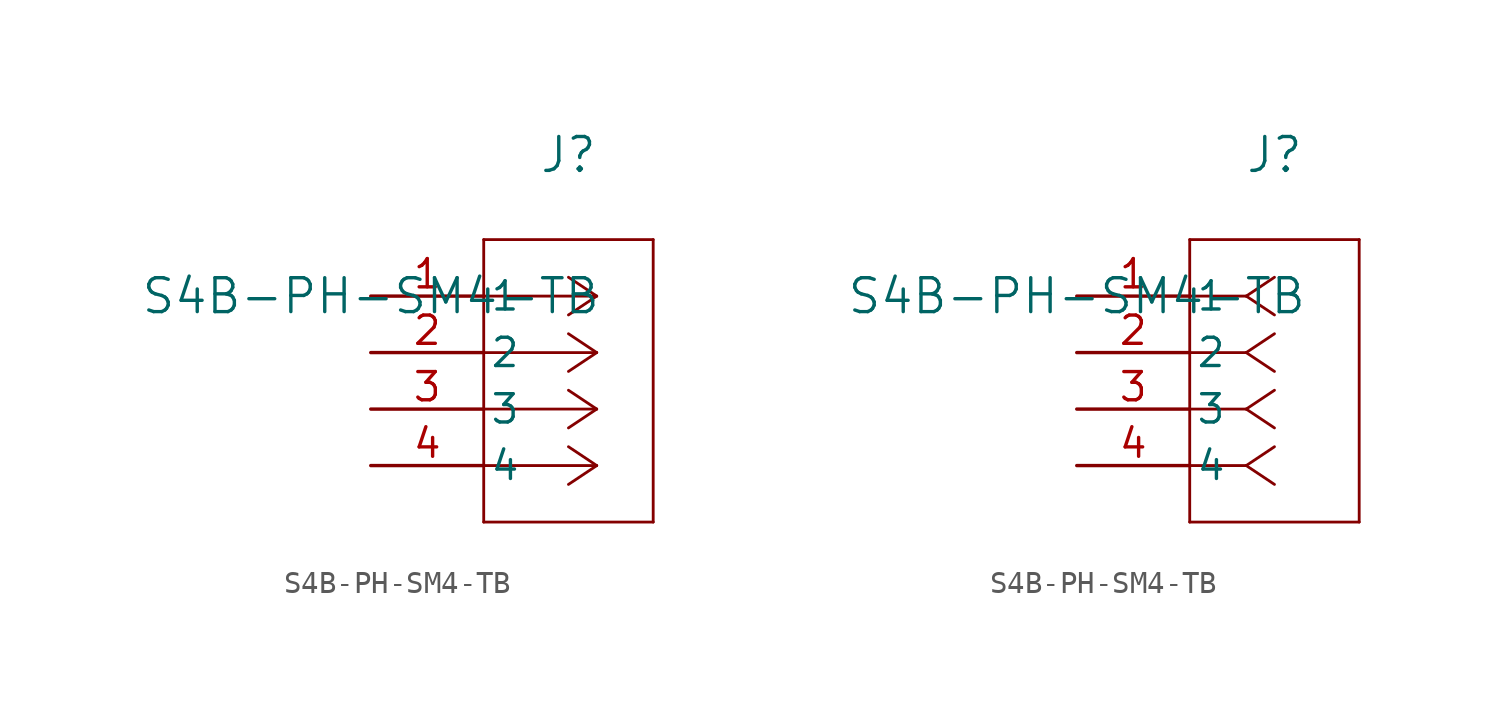
<source format=kicad_sym>
(kicad_symbol_lib
  (version 20211014)
  (generator kicad_symbol_editor)
  (symbol "S4B-PH-SM4-TB"
    (pin_names
      (offset 0.254))
    (property "Reference" "J"
      (at 8.89 6.35 0)
      (effects (font (size 1.524 1.524))))
    (property "Value" "S4B-PH-SM4-TB"
      (at 0 0 0)
      (effects (font (size 1.524 1.524))))
    (symbol "S4B-PH-SM4-TB_1_1"
      (polyline (pts (xy 10.16 0) (xy 5.08 0)) (stroke (width 0.127) (type default) (color 0 0 0 0)) (fill (type none)))
      (polyline (pts (xy 10.16 -2.54) (xy 5.08 -2.54)) (stroke (width 0.127) (type default) (color 0 0 0 0)) (fill (type none)))
      (polyline (pts (xy 10.16 -5.08) (xy 5.08 -5.08)) (stroke (width 0.127) (type default) (color 0 0 0 0)) (fill (type none)))
      (polyline (pts (xy 10.16 -7.62) (xy 5.08 -7.62)) (stroke (width 0.127) (type default) (color 0 0 0 0)) (fill (type none)))
      (polyline (pts (xy 10.16 0) (xy 8.89 0.847)) (stroke (width 0.127) (type default) (color 0 0 0 0)) (fill (type none)))
      (polyline (pts (xy 10.16 -2.54) (xy 8.89 -1.693)) (stroke (width 0.127) (type default) (color 0 0 0 0)) (fill (type none)))
      (polyline (pts (xy 10.16 -5.08) (xy 8.89 -4.233)) (stroke (width 0.127) (type default) (color 0 0 0 0)) (fill (type none)))
      (polyline (pts (xy 10.16 -7.62) (xy 8.89 -6.773)) (stroke (width 0.127) (type default) (color 0 0 0 0)) (fill (type none)))
      (polyline (pts (xy 10.16 0) (xy 8.89 -0.847)) (stroke (width 0.127) (type default) (color 0 0 0 0)) (fill (type none)))
      (polyline (pts (xy 10.16 -2.54) (xy 8.89 -3.387)) (stroke (width 0.127) (type default) (color 0 0 0 0)) (fill (type none)))
      (polyline (pts (xy 10.16 -5.08) (xy 8.89 -5.927)) (stroke (width 0.127) (type default) (color 0 0 0 0)) (fill (type none)))
      (polyline (pts (xy 10.16 -7.62) (xy 8.89 -8.467)) (stroke (width 0.127) (type default) (color 0 0 0 0)) (fill (type none)))
      (polyline (pts (xy 5.08 2.54) (xy 5.08 -10.16)) (stroke (width 0.127) (type default) (color 0 0 0 0)) (fill (type none)))
      (polyline (pts (xy 5.08 -10.16) (xy 12.7 -10.16)) (stroke (width 0.127) (type default) (color 0 0 0 0)) (fill (type none)))
      (polyline (pts (xy 12.7 -10.16) (xy 12.7 2.54)) (stroke (width 0.127) (type default) (color 0 0 0 0)) (fill (type none)))
      (polyline (pts (xy 12.7 2.54) (xy 5.08 2.54)) (stroke (width 0.127) (type default) (color 0 0 0 0)) (fill (type none)))
      (pin unspecified line (at 0 0 0) (length 5.08) (name "1" (effects (font (size 1.27 1.27)))) (number "1" (effects (font (size 1.27 1.27)))))
      (pin unspecified line (at 0 -2.54 0) (length 5.08) (name "2" (effects (font (size 1.27 1.27)))) (number "2" (effects (font (size 1.27 1.27)))))
      (pin unspecified line (at 0 -5.08 0) (length 5.08) (name "3" (effects (font (size 1.27 1.27)))) (number "3" (effects (font (size 1.27 1.27)))))
      (pin unspecified line (at 0 -7.62 0) (length 5.08) (name "4" (effects (font (size 1.27 1.27)))) (number "4" (effects (font (size 1.27 1.27))))))
    (symbol "S4B-PH-SM4-TB_1_2"
      (polyline (pts (xy 7.62 0) (xy 5.08 0)) (stroke (width 0.127) (type default) (color 0 0 0 0)) (fill (type none)))
      (polyline (pts (xy 7.62 -2.54) (xy 5.08 -2.54)) (stroke (width 0.127) (type default) (color 0 0 0 0)) (fill (type none)))
      (polyline (pts (xy 7.62 -5.08) (xy 5.08 -5.08)) (stroke (width 0.127) (type default) (color 0 0 0 0)) (fill (type none)))
      (polyline (pts (xy 7.62 -7.62) (xy 5.08 -7.62)) (stroke (width 0.127) (type default) (color 0 0 0 0)) (fill (type none)))
      (polyline (pts (xy 7.62 0) (xy 8.89 0.847)) (stroke (width 0.127) (type default) (color 0 0 0 0)) (fill (type none)))
      (polyline (pts (xy 7.62 -2.54) (xy 8.89 -1.693)) (stroke (width 0.127) (type default) (color 0 0 0 0)) (fill (type none)))
      (polyline (pts (xy 7.62 -5.08) (xy 8.89 -4.233)) (stroke (width 0.127) (type default) (color 0 0 0 0)) (fill (type none)))
      (polyline (pts (xy 7.62 -7.62) (xy 8.89 -6.773)) (stroke (width 0.127) (type default) (color 0 0 0 0)) (fill (type none)))
      (polyline (pts (xy 7.62 0) (xy 8.89 -0.847)) (stroke (width 0.127) (type default) (color 0 0 0 0)) (fill (type none)))
      (polyline (pts (xy 7.62 -2.54) (xy 8.89 -3.387)) (stroke (width 0.127) (type default) (color 0 0 0 0)) (fill (type none)))
      (polyline (pts (xy 7.62 -5.08) (xy 8.89 -5.927)) (stroke (width 0.127) (type default) (color 0 0 0 0)) (fill (type none)))
      (polyline (pts (xy 7.62 -7.62) (xy 8.89 -8.467)) (stroke (width 0.127) (type default) (color 0 0 0 0)) (fill (type none)))
      (polyline (pts (xy 5.08 2.54) (xy 5.08 -10.16)) (stroke (width 0.127) (type default) (color 0 0 0 0)) (fill (type none)))
      (polyline (pts (xy 5.08 -10.16) (xy 12.7 -10.16)) (stroke (width 0.127) (type default) (color 0 0 0 0)) (fill (type none)))
      (polyline (pts (xy 12.7 -10.16) (xy 12.7 2.54)) (stroke (width 0.127) (type default) (color 0 0 0 0)) (fill (type none)))
      (polyline (pts (xy 12.7 2.54) (xy 5.08 2.54)) (stroke (width 0.127) (type default) (color 0 0 0 0)) (fill (type none)))
      (pin unspecified line (at 0 0 0) (length 5.08) (name "1" (effects (font (size 1.27 1.27)))) (number "1" (effects (font (size 1.27 1.27)))))
      (pin unspecified line (at 0 -2.54 0) (length 5.08) (name "2" (effects (font (size 1.27 1.27)))) (number "2" (effects (font (size 1.27 1.27)))))
      (pin unspecified line (at 0 -5.08 0) (length 5.08) (name "3" (effects (font (size 1.27 1.27)))) (number "3" (effects (font (size 1.27 1.27)))))
      (pin unspecified line (at 0 -7.62 0) (length 5.08) (name "4" (effects (font (size 1.27 1.27)))) (number "4" (effects (font (size 1.27 1.27))))))))
</source>
